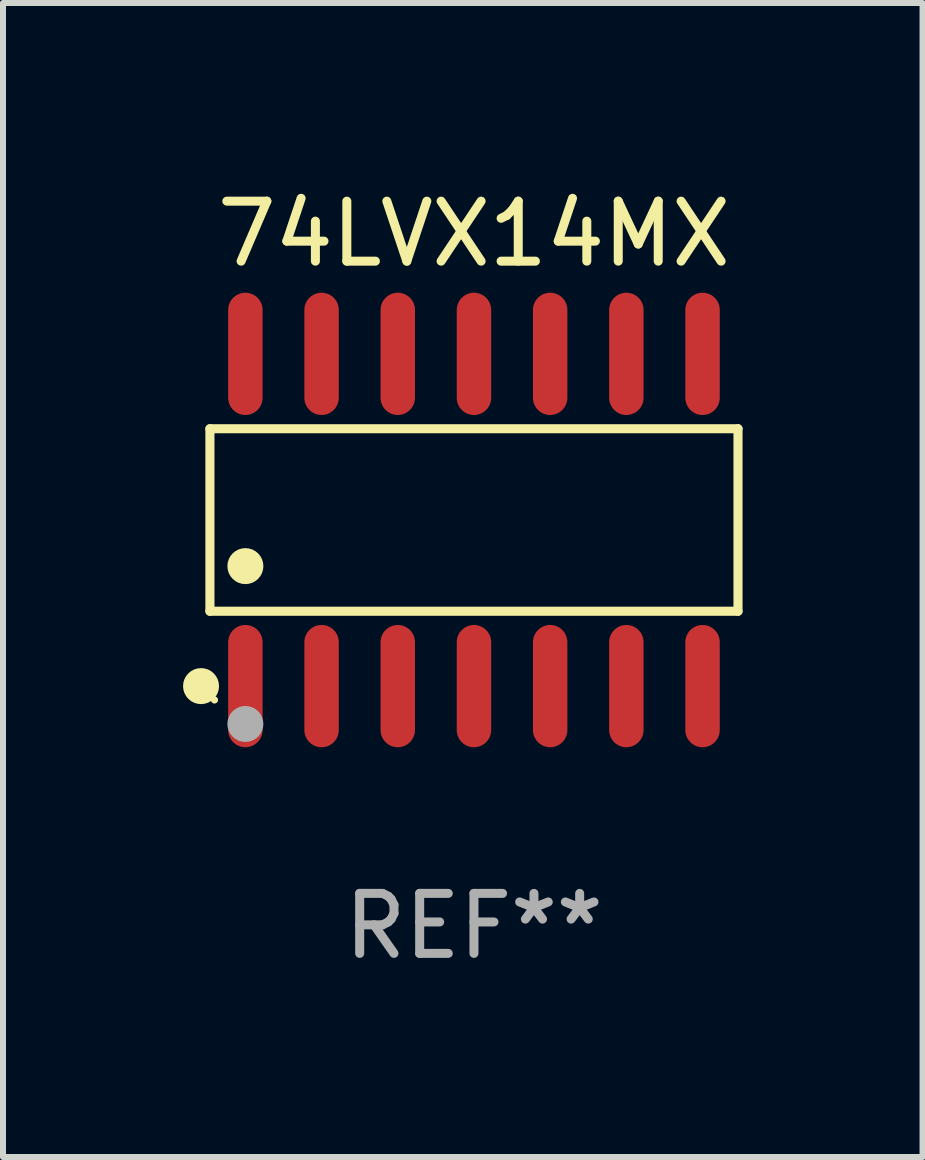
<source format=kicad_pcb>
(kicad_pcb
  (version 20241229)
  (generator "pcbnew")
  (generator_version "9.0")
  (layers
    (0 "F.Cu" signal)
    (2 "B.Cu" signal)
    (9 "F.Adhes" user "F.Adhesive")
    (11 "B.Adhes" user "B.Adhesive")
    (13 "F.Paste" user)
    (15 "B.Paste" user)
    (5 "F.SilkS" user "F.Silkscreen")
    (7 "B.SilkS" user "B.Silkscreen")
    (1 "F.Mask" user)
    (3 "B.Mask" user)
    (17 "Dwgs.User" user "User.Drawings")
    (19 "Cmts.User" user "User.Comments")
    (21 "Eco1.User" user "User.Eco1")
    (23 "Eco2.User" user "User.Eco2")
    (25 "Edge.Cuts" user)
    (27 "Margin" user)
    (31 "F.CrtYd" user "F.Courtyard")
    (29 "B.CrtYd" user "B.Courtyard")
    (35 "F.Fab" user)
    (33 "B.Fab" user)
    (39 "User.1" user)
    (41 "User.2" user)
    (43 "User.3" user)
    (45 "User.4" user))
  (footprint "74LVX14MX"
    (layer "F.Cu")
    (at 4.85 5.617)
    (property "Reference" "74LVX14MX" (at 0 -4.769 0) (layer "F.SilkS") (effects (font (size 1 1) (thickness 0.15))))
    (attr through_hole)
    (fp_line (start -4.401 -1.521) (end 4.401 -1.521) (stroke (width 0.152) (type solid)) (layer "F.SilkS"))
    (fp_line (start -4.401 1.521) (end -4.401 -1.521) (stroke (width 0.152) (type solid)) (layer "F.SilkS"))
    (fp_line (start 4.401 -1.521) (end 4.401 1.521) (stroke (width 0.152) (type solid)) (layer "F.SilkS"))
    (fp_line (start 4.401 1.521) (end -4.401 1.521) (stroke (width 0.152) (type solid)) (layer "F.SilkS"))
    (fp_circle (center -4.549 2.769) (end -4.399 2.769) (stroke (width 0.3) (type solid)) (fill no) (layer "F.SilkS"))
    (fp_circle (center -4.325 3) (end -4.295 3) (stroke (width 0.06) (type solid)) (fill no) (layer "F.SilkS"))
    (fp_circle (center -3.81 0.769) (end -3.66 0.769) (stroke (width 0.3) (type solid)) (fill no) (layer "F.SilkS"))
    (fp_circle (center -3.81 3.4) (end -3.66 3.4) (stroke (width 0.3) (type solid)) (fill no) (layer "F.Fab"))
    (fp_text user "REF**" (at 0 6.769 0) (layer "F.Fab") (effects (font (size 1 1) (thickness 0.15))))
    (pad "1" smd oval (at -3.81 2.769) (size 0.574 2.038) (layers "F.Cu" "F.Mask" "F.Paste"))
    (pad "2" smd oval (at -2.54 2.769) (size 0.574 2.038) (layers "F.Cu" "F.Mask" "F.Paste"))
    (pad "3" smd oval (at -1.27 2.769) (size 0.574 2.038) (layers "F.Cu" "F.Mask" "F.Paste"))
    (pad "4" smd oval (at 0 2.769) (size 0.574 2.038) (layers "F.Cu" "F.Mask" "F.Paste"))
    (pad "5" smd oval (at 1.27 2.769) (size 0.574 2.038) (layers "F.Cu" "F.Mask" "F.Paste"))
    (pad "6" smd oval (at 2.54 2.769) (size 0.574 2.038) (layers "F.Cu" "F.Mask" "F.Paste"))
    (pad "7" smd oval (at 3.81 2.769) (size 0.574 2.038) (layers "F.Cu" "F.Mask" "F.Paste"))
    (pad "8" smd oval (at 3.81 -2.769) (size 0.574 2.038) (layers "F.Cu" "F.Mask" "F.Paste"))
    (pad "9" smd oval (at 2.54 -2.769) (size 0.574 2.038) (layers "F.Cu" "F.Mask" "F.Paste"))
    (pad "10" smd oval (at 1.27 -2.769) (size 0.574 2.038) (layers "F.Cu" "F.Mask" "F.Paste"))
    (pad "11" smd oval (at 0 -2.769) (size 0.574 2.038) (layers "F.Cu" "F.Mask" "F.Paste"))
    (pad "12" smd oval (at -1.27 -2.769) (size 0.574 2.038) (layers "F.Cu" "F.Mask" "F.Paste"))
    (pad "13" smd oval (at -2.54 -2.769) (size 0.574 2.038) (layers "F.Cu" "F.Mask" "F.Paste"))
    (pad "14" smd oval (at -3.81 -2.769) (size 0.574 2.038) (layers "F.Cu" "F.Mask" "F.Paste")))
  (gr_rect
    (start -3 -3)
    (end 12.327 16.235)
    (stroke (width 0.1) (type default))
    (fill no)
    (layer "Edge.Cuts")))
</source>
